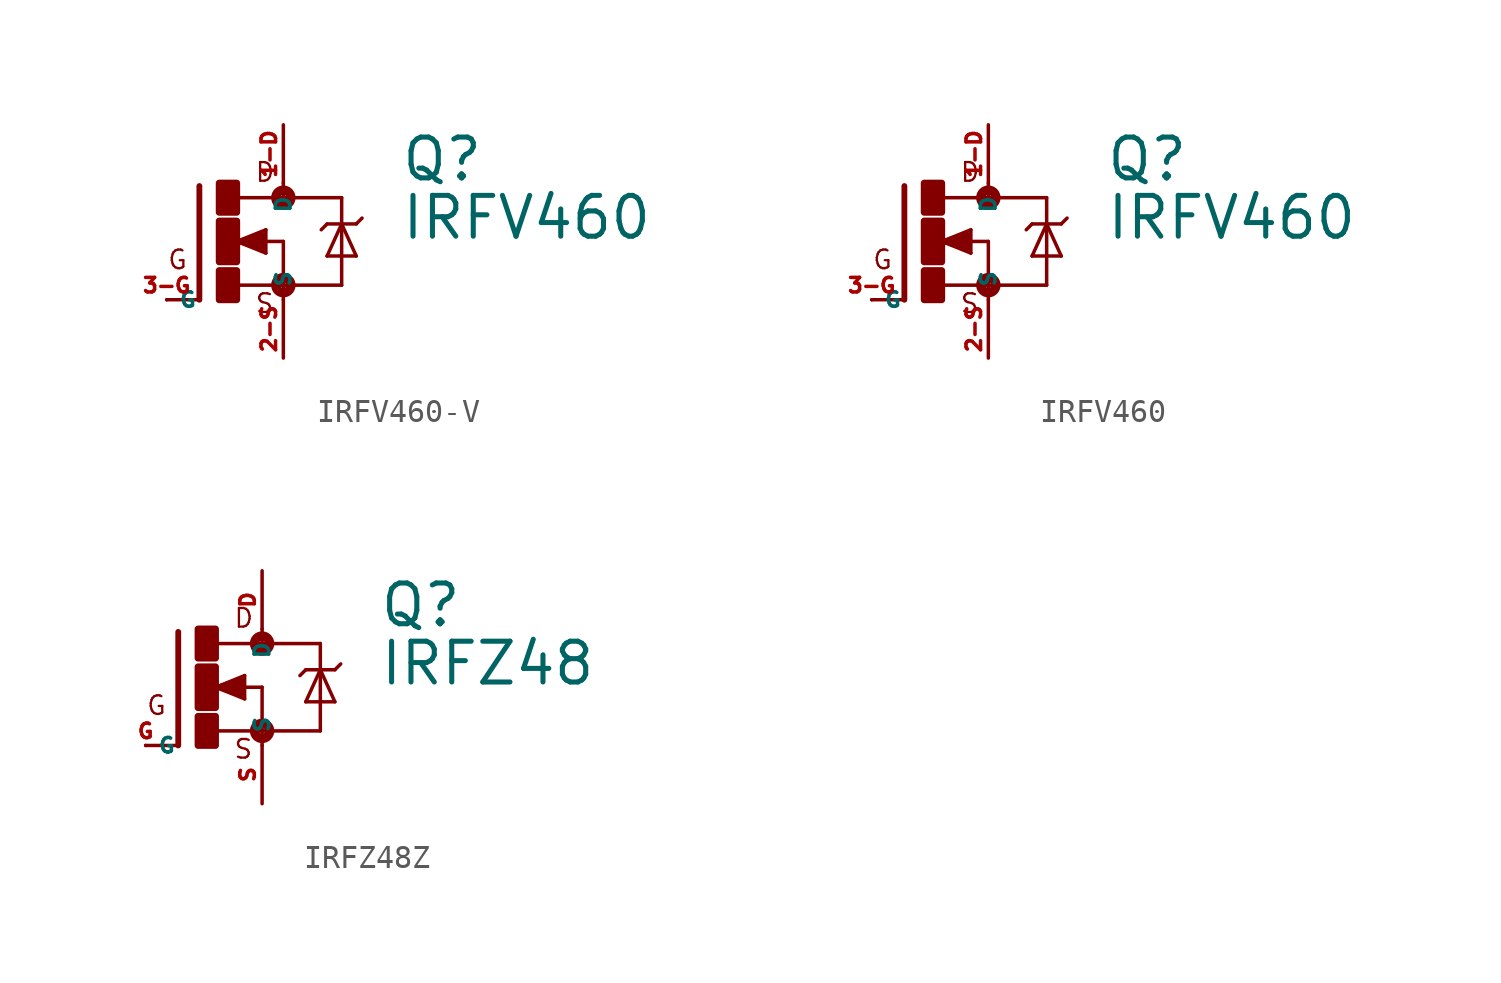
<source format=kicad_sym>
(kicad_symbol_lib
  (version 20220914)
  (generator Eagle2Kicad)
  (symbol "IRFV460-V"
    (property "Reference" "Q"
      (at 7.62 2.54 0)
      (effects (font (size 1.778 1.778) (thickness 0.22)) (justify left bottom)))
    (property "Value" "IRFV460"
      (at 7.62 0 0)
      (effects (font (size 1.778 1.778) (thickness 0.22)) (justify left bottom)))
    (polyline
      (pts (xy -1.118 2.413) (xy -1.118 -2.54))
      (stroke (width 0.254) (type default))
      (fill (type none)))
    (polyline
      (pts (xy -1.118 -2.54) (xy -2.54 -2.54))
      (stroke (width 0.152) (type default))
      (fill (type none)))
    (polyline
      (pts (xy 2.54 1.905) (xy 0.533 1.905))
      (stroke (width 0.152) (type default))
      (fill (type none)))
    (polyline
      (pts (xy 2.54 0) (xy 2.54 -1.905))
      (stroke (width 0.152) (type default))
      (fill (type none)))
    (polyline
      (pts (xy 0.508 -1.905) (xy 2.54 -1.905))
      (stroke (width 0.152) (type default))
      (fill (type none)))
    (polyline
      (pts (xy 2.54 2.54) (xy 2.54 1.905))
      (stroke (width 0.152) (type default))
      (fill (type none)))
    (polyline
      (pts (xy 2.54 1.905) (xy 5.08 1.905))
      (stroke (width 0.152) (type default))
      (fill (type none)))
    (polyline
      (pts (xy 5.08 1.905) (xy 5.08 0.762))
      (stroke (width 0.152) (type default))
      (fill (type none)))
    (polyline
      (pts (xy 5.08 0.762) (xy 5.08 -1.905))
      (stroke (width 0.152) (type default))
      (fill (type none)))
    (polyline
      (pts (xy 5.08 -1.905) (xy 2.54 -1.905))
      (stroke (width 0.152) (type default))
      (fill (type none)))
    (polyline
      (pts (xy 2.54 -1.905) (xy 2.54 -2.54))
      (stroke (width 0.152) (type default))
      (fill (type none)))
    (polyline
      (pts (xy 5.08 0.762) (xy 4.445 -0.635))
      (stroke (width 0.152) (type default))
      (fill (type none)))
    (polyline
      (pts (xy 4.445 -0.635) (xy 5.715 -0.635))
      (stroke (width 0.152) (type default))
      (fill (type none)))
    (polyline
      (pts (xy 5.715 -0.635) (xy 5.08 0.762))
      (stroke (width 0.152) (type default))
      (fill (type none)))
    (polyline
      (pts (xy 4.445 0.762) (xy 5.08 0.762))
      (stroke (width 0.152) (type default))
      (fill (type none)))
    (polyline
      (pts (xy 5.08 0.762) (xy 5.715 0.762))
      (stroke (width 0.152) (type default))
      (fill (type none)))
    (polyline
      (pts (xy 5.715 0.762) (xy 5.969 1.016))
      (stroke (width 0.152) (type default))
      (fill (type none)))
    (polyline
      (pts (xy 4.445 0.762) (xy 4.191 0.508))
      (stroke (width 0.152) (type default))
      (fill (type none)))
    (polyline
      (pts (xy 0.508 0) (xy 1.778 -0.508))
      (stroke (width 0.152) (type default))
      (fill (type none)))
    (polyline
      (pts (xy 1.778 -0.508) (xy 1.778 0.508))
      (stroke (width 0.152) (type default))
      (fill (type none)))
    (polyline
      (pts (xy 1.778 0.508) (xy 0.508 0))
      (stroke (width 0.152) (type default))
      (fill (type none)))
    (polyline
      (pts (xy 1.651 0) (xy 2.54 0))
      (stroke (width 0.152) (type default))
      (fill (type none)))
    (polyline
      (pts (xy 1.651 0.254) (xy 0.762 0))
      (stroke (width 0.305) (type default))
      (fill (type none)))
    (polyline
      (pts (xy 0.762 0) (xy 1.651 -0.254))
      (stroke (width 0.305) (type default))
      (fill (type none)))
    (polyline
      (pts (xy 1.651 -0.254) (xy 1.651 0))
      (stroke (width 0.305) (type default))
      (fill (type none)))
    (polyline
      (pts (xy 1.651 0) (xy 1.397 0))
      (stroke (width 0.305) (type default))
      (fill (type none)))
    (text "D"
      (at 1.27 2.54 0)
      (effects (font (size 0.813 0.813) (thickness 0.10)) (justify left bottom)))
    (text "S"
      (at 1.27 -3.175 0)
      (effects (font (size 0.813 0.813) (thickness 0.10)) (justify left bottom)))
    (text "G"
      (at -2.54 -1.27 0)
      (effects (font (size 0.813 0.813) (thickness 0.10)) (justify left bottom)))
    (circle
      (center 2.54 -1.905)
      (radius 0.127)
      (stroke (width 0.406) (type default))
      (fill (type none)))
    (circle
      (center 2.54 1.905)
      (radius 0.127)
      (stroke (width 0.406) (type default))
      (fill (type none)))
    (rectangle
      (start -0.254 -2.54)
      (end 0.508 -1.27)
      (stroke (width 0.3) (type default))
      (fill (type outline)))
    (rectangle
      (start -0.254 1.27)
      (end 0.508 2.54)
      (stroke (width 0.3) (type default))
      (fill (type outline)))
    (rectangle
      (start -0.254 -0.889)
      (end 0.508 0.889)
      (stroke (width 0.3) (type default))
      (fill (type outline)))
    (pin passive line
      (at -2.54 -2.54 0)
      (length 0)
      (name "G" (effects (font (size 0.635 0.635) (thickness 0.08)) (justify left bottom)))
      (number "3-G" (effects (font (size 0.635 0.635) (thickness 0.08)) (justify left bottom))))
    (pin passive line
      (at 2.54 5.08 270)
      (length 2.54)
      (name "D" (effects (font (size 0.635 0.635) (thickness 0.08)) (justify left bottom)))
      (number "1-D" (effects (font (size 0.635 0.635) (thickness 0.08)) (justify left bottom))))
    (pin passive line
      (at 2.54 -5.08 90)
      (length 2.54)
      (name "S" (effects (font (size 0.635 0.635) (thickness 0.08)) (justify left bottom)))
      (number "2-S" (effects (font (size 0.635 0.635) (thickness 0.08)) (justify left bottom)))))
  (symbol "IRFV460"
    (property "Reference" "Q"
      (at 7.62 2.54 0)
      (effects (font (size 1.778 1.778) (thickness 0.22)) (justify left bottom)))
    (property "Value" "IRFV460"
      (at 7.62 0 0)
      (effects (font (size 1.778 1.778) (thickness 0.22)) (justify left bottom)))
    (polyline
      (pts (xy -1.118 2.413) (xy -1.118 -2.54))
      (stroke (width 0.254) (type default))
      (fill (type none)))
    (polyline
      (pts (xy -1.118 -2.54) (xy -2.54 -2.54))
      (stroke (width 0.152) (type default))
      (fill (type none)))
    (polyline
      (pts (xy 2.54 1.905) (xy 0.533 1.905))
      (stroke (width 0.152) (type default))
      (fill (type none)))
    (polyline
      (pts (xy 2.54 0) (xy 2.54 -1.905))
      (stroke (width 0.152) (type default))
      (fill (type none)))
    (polyline
      (pts (xy 0.508 -1.905) (xy 2.54 -1.905))
      (stroke (width 0.152) (type default))
      (fill (type none)))
    (polyline
      (pts (xy 2.54 2.54) (xy 2.54 1.905))
      (stroke (width 0.152) (type default))
      (fill (type none)))
    (polyline
      (pts (xy 2.54 1.905) (xy 5.08 1.905))
      (stroke (width 0.152) (type default))
      (fill (type none)))
    (polyline
      (pts (xy 5.08 1.905) (xy 5.08 0.762))
      (stroke (width 0.152) (type default))
      (fill (type none)))
    (polyline
      (pts (xy 5.08 0.762) (xy 5.08 -1.905))
      (stroke (width 0.152) (type default))
      (fill (type none)))
    (polyline
      (pts (xy 5.08 -1.905) (xy 2.54 -1.905))
      (stroke (width 0.152) (type default))
      (fill (type none)))
    (polyline
      (pts (xy 2.54 -1.905) (xy 2.54 -2.54))
      (stroke (width 0.152) (type default))
      (fill (type none)))
    (polyline
      (pts (xy 5.08 0.762) (xy 4.445 -0.635))
      (stroke (width 0.152) (type default))
      (fill (type none)))
    (polyline
      (pts (xy 4.445 -0.635) (xy 5.715 -0.635))
      (stroke (width 0.152) (type default))
      (fill (type none)))
    (polyline
      (pts (xy 5.715 -0.635) (xy 5.08 0.762))
      (stroke (width 0.152) (type default))
      (fill (type none)))
    (polyline
      (pts (xy 4.445 0.762) (xy 5.08 0.762))
      (stroke (width 0.152) (type default))
      (fill (type none)))
    (polyline
      (pts (xy 5.08 0.762) (xy 5.715 0.762))
      (stroke (width 0.152) (type default))
      (fill (type none)))
    (polyline
      (pts (xy 5.715 0.762) (xy 5.969 1.016))
      (stroke (width 0.152) (type default))
      (fill (type none)))
    (polyline
      (pts (xy 4.445 0.762) (xy 4.191 0.508))
      (stroke (width 0.152) (type default))
      (fill (type none)))
    (polyline
      (pts (xy 0.508 0) (xy 1.778 -0.508))
      (stroke (width 0.152) (type default))
      (fill (type none)))
    (polyline
      (pts (xy 1.778 -0.508) (xy 1.778 0.508))
      (stroke (width 0.152) (type default))
      (fill (type none)))
    (polyline
      (pts (xy 1.778 0.508) (xy 0.508 0))
      (stroke (width 0.152) (type default))
      (fill (type none)))
    (polyline
      (pts (xy 1.651 0) (xy 2.54 0))
      (stroke (width 0.152) (type default))
      (fill (type none)))
    (polyline
      (pts (xy 1.651 0.254) (xy 0.762 0))
      (stroke (width 0.305) (type default))
      (fill (type none)))
    (polyline
      (pts (xy 0.762 0) (xy 1.651 -0.254))
      (stroke (width 0.305) (type default))
      (fill (type none)))
    (polyline
      (pts (xy 1.651 -0.254) (xy 1.651 0))
      (stroke (width 0.305) (type default))
      (fill (type none)))
    (polyline
      (pts (xy 1.651 0) (xy 1.397 0))
      (stroke (width 0.305) (type default))
      (fill (type none)))
    (text "D"
      (at 1.27 2.54 0)
      (effects (font (size 0.813 0.813) (thickness 0.10)) (justify left bottom)))
    (text "S"
      (at 1.27 -3.175 0)
      (effects (font (size 0.813 0.813) (thickness 0.10)) (justify left bottom)))
    (text "G"
      (at -2.54 -1.27 0)
      (effects (font (size 0.813 0.813) (thickness 0.10)) (justify left bottom)))
    (circle
      (center 2.54 -1.905)
      (radius 0.127)
      (stroke (width 0.406) (type default))
      (fill (type none)))
    (circle
      (center 2.54 1.905)
      (radius 0.127)
      (stroke (width 0.406) (type default))
      (fill (type none)))
    (rectangle
      (start -0.254 -2.54)
      (end 0.508 -1.27)
      (stroke (width 0.3) (type default))
      (fill (type outline)))
    (rectangle
      (start -0.254 1.27)
      (end 0.508 2.54)
      (stroke (width 0.3) (type default))
      (fill (type outline)))
    (rectangle
      (start -0.254 -0.889)
      (end 0.508 0.889)
      (stroke (width 0.3) (type default))
      (fill (type outline)))
    (pin passive line
      (at -2.54 -2.54 0)
      (length 0)
      (name "G" (effects (font (size 0.635 0.635) (thickness 0.08)) (justify left bottom)))
      (number "3-G" (effects (font (size 0.635 0.635) (thickness 0.08)) (justify left bottom))))
    (pin passive line
      (at 2.54 5.08 270)
      (length 2.54)
      (name "D" (effects (font (size 0.635 0.635) (thickness 0.08)) (justify left bottom)))
      (number "1-D" (effects (font (size 0.635 0.635) (thickness 0.08)) (justify left bottom))))
    (pin passive line
      (at 2.54 -5.08 90)
      (length 2.54)
      (name "S" (effects (font (size 0.635 0.635) (thickness 0.08)) (justify left bottom)))
      (number "2-S" (effects (font (size 0.635 0.635) (thickness 0.08)) (justify left bottom)))))
  (symbol "IRFZ48Z"
    (property "Reference" "Q"
      (at 7.62 2.54 0)
      (effects (font (size 1.778 1.778) (thickness 0.22)) (justify left bottom)))
    (property "Value" "IRFZ48"
      (at 7.62 0 0)
      (effects (font (size 1.778 1.778) (thickness 0.22)) (justify left bottom)))
    (polyline
      (pts (xy -1.118 2.413) (xy -1.118 -2.54))
      (stroke (width 0.254) (type default))
      (fill (type none)))
    (polyline
      (pts (xy -1.118 -2.54) (xy -2.54 -2.54))
      (stroke (width 0.152) (type default))
      (fill (type none)))
    (polyline
      (pts (xy 2.54 1.905) (xy 0.533 1.905))
      (stroke (width 0.152) (type default))
      (fill (type none)))
    (polyline
      (pts (xy 2.54 0) (xy 2.54 -1.905))
      (stroke (width 0.152) (type default))
      (fill (type none)))
    (polyline
      (pts (xy 0.508 -1.905) (xy 2.54 -1.905))
      (stroke (width 0.152) (type default))
      (fill (type none)))
    (polyline
      (pts (xy 2.54 2.54) (xy 2.54 1.905))
      (stroke (width 0.152) (type default))
      (fill (type none)))
    (polyline
      (pts (xy 2.54 1.905) (xy 5.08 1.905))
      (stroke (width 0.152) (type default))
      (fill (type none)))
    (polyline
      (pts (xy 5.08 1.905) (xy 5.08 0.762))
      (stroke (width 0.152) (type default))
      (fill (type none)))
    (polyline
      (pts (xy 5.08 0.762) (xy 5.08 -1.905))
      (stroke (width 0.152) (type default))
      (fill (type none)))
    (polyline
      (pts (xy 5.08 -1.905) (xy 2.54 -1.905))
      (stroke (width 0.152) (type default))
      (fill (type none)))
    (polyline
      (pts (xy 2.54 -1.905) (xy 2.54 -2.54))
      (stroke (width 0.152) (type default))
      (fill (type none)))
    (polyline
      (pts (xy 5.08 0.762) (xy 4.445 -0.635))
      (stroke (width 0.152) (type default))
      (fill (type none)))
    (polyline
      (pts (xy 4.445 -0.635) (xy 5.715 -0.635))
      (stroke (width 0.152) (type default))
      (fill (type none)))
    (polyline
      (pts (xy 5.715 -0.635) (xy 5.08 0.762))
      (stroke (width 0.152) (type default))
      (fill (type none)))
    (polyline
      (pts (xy 4.445 0.762) (xy 5.08 0.762))
      (stroke (width 0.152) (type default))
      (fill (type none)))
    (polyline
      (pts (xy 5.08 0.762) (xy 5.715 0.762))
      (stroke (width 0.152) (type default))
      (fill (type none)))
    (polyline
      (pts (xy 5.715 0.762) (xy 5.969 1.016))
      (stroke (width 0.152) (type default))
      (fill (type none)))
    (polyline
      (pts (xy 4.445 0.762) (xy 4.191 0.508))
      (stroke (width 0.152) (type default))
      (fill (type none)))
    (polyline
      (pts (xy 0.508 0) (xy 1.778 -0.508))
      (stroke (width 0.152) (type default))
      (fill (type none)))
    (polyline
      (pts (xy 1.778 -0.508) (xy 1.778 0.508))
      (stroke (width 0.152) (type default))
      (fill (type none)))
    (polyline
      (pts (xy 1.778 0.508) (xy 0.508 0))
      (stroke (width 0.152) (type default))
      (fill (type none)))
    (polyline
      (pts (xy 1.651 0) (xy 2.54 0))
      (stroke (width 0.152) (type default))
      (fill (type none)))
    (polyline
      (pts (xy 1.651 0.254) (xy 0.762 0))
      (stroke (width 0.305) (type default))
      (fill (type none)))
    (polyline
      (pts (xy 0.762 0) (xy 1.651 -0.254))
      (stroke (width 0.305) (type default))
      (fill (type none)))
    (polyline
      (pts (xy 1.651 -0.254) (xy 1.651 0))
      (stroke (width 0.305) (type default))
      (fill (type none)))
    (polyline
      (pts (xy 1.651 0) (xy 1.397 0))
      (stroke (width 0.305) (type default))
      (fill (type none)))
    (text "D"
      (at 1.27 2.54 0)
      (effects (font (size 0.813 0.813) (thickness 0.10)) (justify left bottom)))
    (text "S"
      (at 1.27 -3.175 0)
      (effects (font (size 0.813 0.813) (thickness 0.10)) (justify left bottom)))
    (text "G"
      (at -2.54 -1.27 0)
      (effects (font (size 0.813 0.813) (thickness 0.10)) (justify left bottom)))
    (circle
      (center 2.54 -1.905)
      (radius 0.127)
      (stroke (width 0.406) (type default))
      (fill (type none)))
    (circle
      (center 2.54 1.905)
      (radius 0.127)
      (stroke (width 0.406) (type default))
      (fill (type none)))
    (rectangle
      (start -0.254 -2.54)
      (end 0.508 -1.27)
      (stroke (width 0.3) (type default))
      (fill (type outline)))
    (rectangle
      (start -0.254 1.27)
      (end 0.508 2.54)
      (stroke (width 0.3) (type default))
      (fill (type outline)))
    (rectangle
      (start -0.254 -0.889)
      (end 0.508 0.889)
      (stroke (width 0.3) (type default))
      (fill (type outline)))
    (pin passive line
      (at -2.54 -2.54 0)
      (length 0)
      (name "G" (effects (font (size 0.635 0.635) (thickness 0.08)) (justify left bottom)))
      (number "G" (effects (font (size 0.635 0.635) (thickness 0.08)) (justify left bottom))))
    (pin passive line
      (at 2.54 5.08 270)
      (length 2.54)
      (name "D" (effects (font (size 0.635 0.635) (thickness 0.08)) (justify left bottom)))
      (number "D" (effects (font (size 0.635 0.635) (thickness 0.08)) (justify left bottom))))
    (pin passive line
      (at 2.54 -5.08 90)
      (length 2.54)
      (name "S" (effects (font (size 0.635 0.635) (thickness 0.08)) (justify left bottom)))
      (number "S" (effects (font (size 0.635 0.635) (thickness 0.08)) (justify left bottom))))))
</source>
